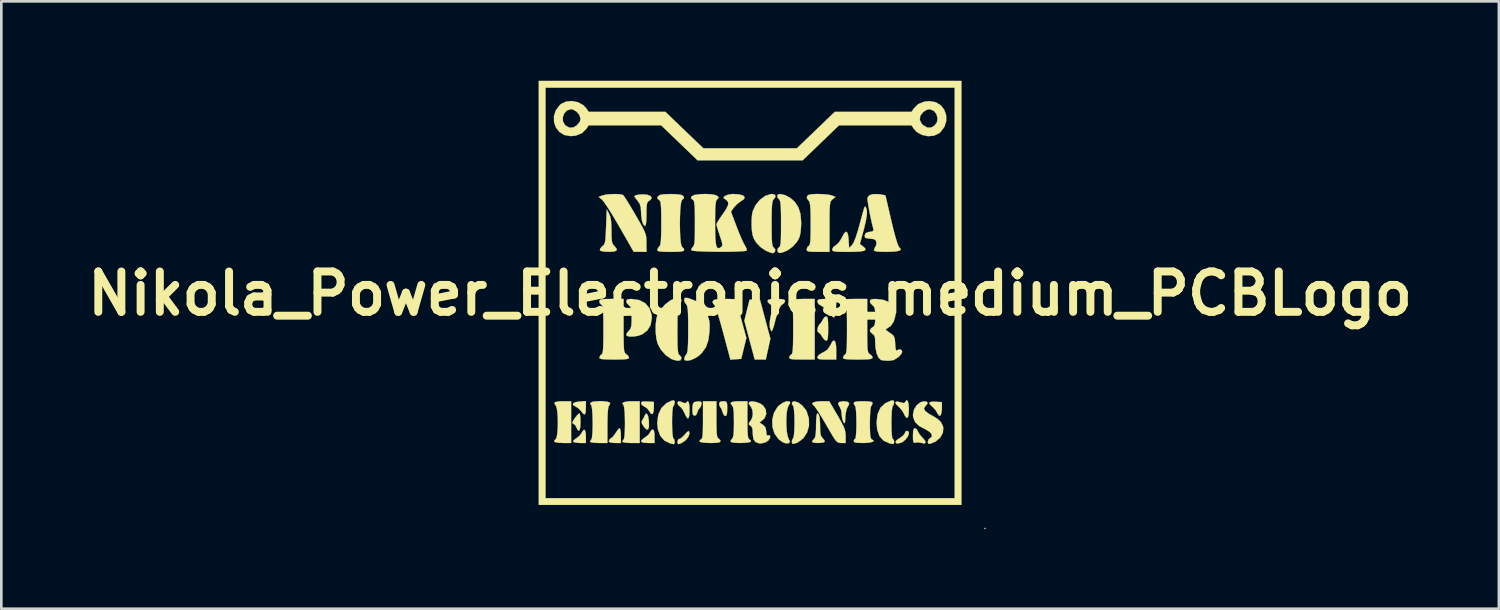
<source format=kicad_pcb>
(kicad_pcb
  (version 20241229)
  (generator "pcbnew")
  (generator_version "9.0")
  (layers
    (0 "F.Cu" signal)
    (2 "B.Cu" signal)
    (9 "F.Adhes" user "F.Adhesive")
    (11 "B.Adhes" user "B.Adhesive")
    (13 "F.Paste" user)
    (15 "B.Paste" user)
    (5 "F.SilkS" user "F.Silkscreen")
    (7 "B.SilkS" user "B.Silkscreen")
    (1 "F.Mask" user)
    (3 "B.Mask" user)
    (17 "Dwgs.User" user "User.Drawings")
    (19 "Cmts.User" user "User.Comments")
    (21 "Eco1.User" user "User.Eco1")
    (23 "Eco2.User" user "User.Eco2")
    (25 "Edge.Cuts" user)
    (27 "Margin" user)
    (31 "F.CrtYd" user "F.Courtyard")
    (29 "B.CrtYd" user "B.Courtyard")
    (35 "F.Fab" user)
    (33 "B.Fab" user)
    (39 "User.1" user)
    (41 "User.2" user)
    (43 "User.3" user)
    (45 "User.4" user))
  (footprint "Nikola_Power_Electronics_medium_PCBLogo"
    (layer "F.Cu")
    (at 25.262 8.031)
    (property "Reference" "Nikola_Power_Electronics_medium_PCBLogo" (at 0 0 0) (layer "F.SilkS") (effects (font (size 1.524 1.524) (thickness 0.3))))
    (attr through_hole)
    (fp_poly (pts (xy 8.89 8.865) (xy 8.865 8.89) (xy 8.839 8.865) (xy 8.865 8.839) (xy 8.89 8.865)) (stroke (width 0.01) (type solid)) (fill yes) (layer "F.SilkS"))
    (fp_poly (pts (xy 0.569 0.965) (xy 0.766 1.702) (xy 0.593 2.489) (xy 0.174 2.489) (xy -0.022 1.757) (xy -0.217 1.025) (xy -0.119 0.627) (xy -0.02 0.229) (xy 0.372 0.229) (xy 0.569 0.965)) (stroke (width 0.01) (type solid)) (fill yes) (layer "F.SilkS"))
    (fp_poly (pts (xy 7.976 7.976) (xy -7.976 7.976) (xy -7.976 -7.772) (xy -7.722 -7.772) (xy -7.722 7.722) (xy 7.722 7.722) (xy 7.722 -7.772) (xy -7.722 -7.772) (xy -7.976 -7.772) (xy -7.976 -8.026) (xy 7.976 -8.026) (xy 7.976 7.976)) (stroke (width 0.01) (type solid)) (fill yes) (layer "F.SilkS"))
    (fp_poly (pts (xy -6.198 4.315) (xy -6.208 4.486) (xy -6.24 4.56) (xy -6.298 4.539) (xy -6.372 4.443) (xy -6.478 4.33) (xy -6.585 4.265) (xy -6.681 4.206) (xy -6.684 4.149) (xy -6.601 4.101) (xy -6.44 4.074) (xy -6.435 4.074) (xy -6.198 4.058) (xy -6.198 4.315)) (stroke (width 0.01) (type solid)) (fill yes) (layer "F.SilkS"))
    (fp_poly (pts (xy -3.873 4.074) (xy -3.632 4.089) (xy -3.632 4.314) (xy -3.647 4.473) (xy -3.687 4.549) (xy -3.744 4.535) (xy -3.801 4.445) (xy -3.891 4.329) (xy -3.987 4.267) (xy -4.082 4.205) (xy -4.115 4.139) (xy -4.094 4.09) (xy -4.017 4.071) (xy -3.873 4.074)) (stroke (width 0.01) (type solid)) (fill yes) (layer "F.SilkS"))
    (fp_poly (pts (xy 7.239 4.097) (xy 7.239 4.343) (xy 7.224 4.507) (xy 7.185 4.599) (xy 7.132 4.609) (xy 7.075 4.529) (xy 7.065 4.507) (xy 6.991 4.385) (xy 6.887 4.279) (xy 6.781 4.178) (xy 6.768 4.114) (xy 6.85 4.083) (xy 6.998 4.083) (xy 7.239 4.097)) (stroke (width 0.01) (type solid)) (fill yes) (layer "F.SilkS"))
    (fp_poly (pts (xy -6.208 5.228) (xy -6.198 5.385) (xy -6.198 5.639) (xy -6.423 5.639) (xy -6.566 5.629) (xy -6.662 5.603) (xy -6.679 5.59) (xy -6.66 5.537) (xy -6.574 5.472) (xy -6.565 5.467) (xy -6.441 5.371) (xy -6.361 5.262) (xy -6.295 5.154) (xy -6.242 5.144) (xy -6.208 5.228)) (stroke (width 0.01) (type solid)) (fill yes) (layer "F.SilkS"))
    (fp_poly (pts (xy -3.887 4.547) (xy -3.847 4.639) (xy -3.822 4.797) (xy -3.82 4.825) (xy -3.819 5.023) (xy -3.848 5.124) (xy -3.906 5.131) (xy -3.995 5.043) (xy -4.011 5.022) (xy -4.085 4.904) (xy -4.094 4.825) (xy -4.07 4.78) (xy -4.002 4.662) (xy -3.98 4.608) (xy -3.935 4.533) (xy -3.887 4.547)) (stroke (width 0.01) (type solid)) (fill yes) (layer "F.SilkS"))
    (fp_poly (pts (xy -4.898 5.126) (xy -4.881 5.244) (xy -4.877 5.359) (xy -4.877 5.639) (xy -5.105 5.639) (xy -5.261 5.627) (xy -5.329 5.59) (xy -5.334 5.568) (xy -5.293 5.49) (xy -5.257 5.468) (xy -5.183 5.407) (xy -5.096 5.294) (xy -5.074 5.259) (xy -4.998 5.147) (xy -4.935 5.084) (xy -4.923 5.08) (xy -4.898 5.126)) (stroke (width 0.01) (type solid)) (fill yes) (layer "F.SilkS"))
    (fp_poly (pts (xy -3.632 5.165) (xy -3.61 5.278) (xy -3.607 5.385) (xy -3.607 5.639) (xy -3.861 5.639) (xy -4.035 5.627) (xy -4.111 5.59) (xy -4.114 5.575) (xy -4.074 5.51) (xy -3.975 5.433) (xy -3.957 5.422) (xy -3.843 5.334) (xy -3.776 5.24) (xy -3.774 5.232) (xy -3.723 5.15) (xy -3.677 5.131) (xy -3.632 5.165)) (stroke (width 0.01) (type solid)) (fill yes) (layer "F.SilkS"))
    (fp_poly (pts (xy -2.308 5.193) (xy -2.286 5.279) (xy -2.327 5.397) (xy -2.414 5.516) (xy -2.503 5.589) (xy -2.64 5.666) (xy -2.712 5.681) (xy -2.74 5.637) (xy -2.743 5.588) (xy -2.713 5.506) (xy -2.671 5.486) (xy -2.596 5.449) (xy -2.498 5.357) (xy -2.47 5.323) (xy -2.384 5.229) (xy -2.32 5.19) (xy -2.308 5.193)) (stroke (width 0.01) (type solid)) (fill yes) (layer "F.SilkS"))
    (fp_poly (pts (xy 5.986 5.213) (xy 5.992 5.294) (xy 5.949 5.399) (xy 5.868 5.508) (xy 5.761 5.597) (xy 5.691 5.631) (xy 5.579 5.658) (xy 5.516 5.652) (xy 5.489 5.594) (xy 5.535 5.529) (xy 5.664 5.442) (xy 5.777 5.358) (xy 5.838 5.278) (xy 5.842 5.26) (xy 5.882 5.191) (xy 5.918 5.182) (xy 5.986 5.213)) (stroke (width 0.01) (type solid)) (fill yes) (layer "F.SilkS"))
    (fp_poly (pts (xy -6.421 4.568) (xy -6.406 4.689) (xy -6.401 4.851) (xy -6.411 5.048) (xy -6.439 5.157) (xy -6.481 5.176) (xy -6.534 5.1) (xy -6.553 5.055) (xy -6.606 4.96) (xy -6.654 4.928) (xy -6.704 4.889) (xy -6.706 4.875) (xy -6.677 4.799) (xy -6.609 4.692) (xy -6.527 4.59) (xy -6.459 4.527) (xy -6.442 4.521) (xy -6.421 4.568)) (stroke (width 0.01) (type solid)) (fill yes) (layer "F.SilkS"))
    (fp_poly (pts (xy 3.214 1.818) (xy 3.244 1.96) (xy 3.251 2.134) (xy 3.251 2.489) (xy 2.896 2.489) (xy 2.707 2.486) (xy 2.599 2.472) (xy 2.55 2.443) (xy 2.541 2.4) (xy 2.589 2.318) (xy 2.721 2.236) (xy 2.745 2.226) (xy 2.916 2.122) (xy 3.019 1.971) (xy 3.025 1.959) (xy 3.101 1.814) (xy 3.165 1.768) (xy 3.214 1.818)) (stroke (width 0.01) (type solid)) (fill yes) (layer "F.SilkS"))
    (fp_poly (pts (xy 3.241 0.542) (xy 3.225 0.724) (xy 3.198 0.851) (xy 3.169 0.9) (xy 3.11 0.872) (xy 3.032 0.78) (xy 3.004 0.736) (xy 2.874 0.582) (xy 2.718 0.479) (xy 2.579 0.393) (xy 2.54 0.304) (xy 2.55 0.251) (xy 2.593 0.221) (xy 2.692 0.207) (xy 2.868 0.203) (xy 2.898 0.203) (xy 3.256 0.203) (xy 3.241 0.542)) (stroke (width 0.01) (type solid)) (fill yes) (layer "F.SilkS"))
    (fp_poly (pts (xy -1.878 4.073) (xy -1.833 4.114) (xy -1.829 4.156) (xy -1.864 4.27) (xy -1.902 4.315) (xy -1.97 4.415) (xy -1.991 4.483) (xy -2.032 4.579) (xy -2.097 4.613) (xy -2.156 4.57) (xy -2.162 4.556) (xy -2.177 4.458) (xy -2.177 4.314) (xy -2.175 4.285) (xy -2.156 4.157) (xy -2.11 4.097) (xy -2.008 4.075) (xy -1.994 4.073) (xy -1.878 4.073)) (stroke (width 0.01) (type solid)) (fill yes) (layer "F.SilkS"))
    (fp_poly (pts (xy -0.929 4.069) (xy -0.884 4.099) (xy -0.866 4.181) (xy -0.864 4.339) (xy -0.864 4.343) (xy -0.871 4.515) (xy -0.897 4.602) (xy -0.936 4.623) (xy -0.996 4.579) (xy -1.041 4.473) (xy -1.041 4.471) (xy -1.079 4.354) (xy -1.122 4.29) (xy -1.161 4.221) (xy -1.168 4.163) (xy -1.143 4.09) (xy -1.05 4.065) (xy -1.016 4.064) (xy -0.929 4.069)) (stroke (width 0.01) (type solid)) (fill yes) (layer "F.SilkS"))
    (fp_poly (pts (xy 6.29 5.123) (xy 6.328 5.193) (xy 6.388 5.301) (xy 6.491 5.424) (xy 6.517 5.45) (xy 6.607 5.559) (xy 6.622 5.634) (xy 6.564 5.66) (xy 6.477 5.638) (xy 6.344 5.616) (xy 6.261 5.624) (xy 6.196 5.631) (xy 6.162 5.601) (xy 6.149 5.512) (xy 6.147 5.365) (xy 6.154 5.192) (xy 6.179 5.103) (xy 6.22 5.08) (xy 6.29 5.123)) (stroke (width 0.01) (type solid)) (fill yes) (layer "F.SilkS"))
    (fp_poly (pts (xy -2.315 4.104) (xy -2.291 4.24) (xy -2.286 4.394) (xy -2.295 4.596) (xy -2.323 4.7) (xy -2.369 4.705) (xy -2.431 4.61) (xy -2.47 4.52) (xy -2.543 4.38) (xy -2.625 4.28) (xy -2.648 4.264) (xy -2.719 4.197) (xy -2.743 4.119) (xy -2.713 4.068) (xy -2.689 4.064) (xy -2.603 4.086) (xy -2.54 4.115) (xy -2.443 4.138) (xy -2.413 4.115) (xy -2.356 4.061) (xy -2.315 4.104)) (stroke (width 0.01) (type solid)) (fill yes) (layer "F.SilkS"))
    (fp_poly (pts (xy -6.756 5.639) (xy -7.058 5.639) (xy -7.225 5.631) (xy -7.347 5.61) (xy -7.392 5.588) (xy -7.381 5.53) (xy -7.344 5.506) (xy -7.307 5.443) (xy -7.28 5.304) (xy -7.263 5.112) (xy -7.257 4.892) (xy -7.261 4.669) (xy -7.275 4.466) (xy -7.3 4.309) (xy -7.336 4.221) (xy -7.34 4.217) (xy -7.394 4.145) (xy -7.354 4.096) (xy -7.216 4.069) (xy -7.058 4.064) (xy -6.756 4.064) (xy -6.756 5.639)) (stroke (width 0.01) (type solid)) (fill yes) (layer "F.SilkS"))
    (fp_poly (pts (xy 3.68 4.085) (xy 3.741 4.144) (xy 3.71 4.235) (xy 3.691 4.259) (xy 3.64 4.367) (xy 3.605 4.548) (xy 3.597 4.649) (xy 3.586 4.812) (xy 3.572 4.888) (xy 3.549 4.889) (xy 3.518 4.842) (xy 3.475 4.716) (xy 3.455 4.556) (xy 3.454 4.541) (xy 3.433 4.39) (xy 3.381 4.272) (xy 3.373 4.262) (xy 3.319 4.163) (xy 3.359 4.095) (xy 3.489 4.065) (xy 3.531 4.064) (xy 3.68 4.085)) (stroke (width 0.01) (type solid)) (fill yes) (layer "F.SilkS"))
    (fp_poly (pts (xy 5.946 4.048) (xy 5.977 4.149) (xy 5.993 4.312) (xy 5.994 4.369) (xy 5.983 4.567) (xy 5.952 4.676) (xy 5.904 4.693) (xy 5.843 4.612) (xy 5.817 4.555) (xy 5.731 4.405) (xy 5.622 4.283) (xy 5.615 4.277) (xy 5.504 4.168) (xy 5.484 4.096) (xy 5.551 4.073) (xy 5.698 4.108) (xy 5.707 4.112) (xy 5.809 4.134) (xy 5.859 4.092) (xy 5.863 4.083) (xy 5.906 4.022) (xy 5.946 4.048)) (stroke (width 0.01) (type solid)) (fill yes) (layer "F.SilkS"))
    (fp_poly (pts (xy -4.166 5.639) (xy -4.496 5.639) (xy -4.664 5.632) (xy -4.783 5.615) (xy -4.826 5.591) (xy -4.789 5.522) (xy -4.775 5.512) (xy -4.752 5.449) (xy -4.736 5.311) (xy -4.726 5.121) (xy -4.723 4.902) (xy -4.726 4.679) (xy -4.735 4.475) (xy -4.751 4.314) (xy -4.772 4.219) (xy -4.784 4.205) (xy -4.817 4.154) (xy -4.807 4.125) (xy -4.735 4.089) (xy -4.587 4.068) (xy -4.467 4.064) (xy -4.166 4.064) (xy -4.166 5.639)) (stroke (width 0.01) (type solid)) (fill yes) (layer "F.SilkS"))
    (fp_poly (pts (xy 2.907 0.881) (xy 2.93 0.943) (xy 2.942 1.069) (xy 2.946 1.276) (xy 2.946 1.321) (xy 2.943 1.545) (xy 2.932 1.684) (xy 2.91 1.756) (xy 2.875 1.778) (xy 2.872 1.778) (xy 2.799 1.737) (xy 2.724 1.636) (xy 2.718 1.626) (xy 2.651 1.522) (xy 2.594 1.474) (xy 2.589 1.473) (xy 2.547 1.433) (xy 2.543 1.341) (xy 2.571 1.236) (xy 2.621 1.164) (xy 2.705 1.062) (xy 2.747 0.98) (xy 2.809 0.89) (xy 2.869 0.864) (xy 2.907 0.881)) (stroke (width 0.01) (type solid)) (fill yes) (layer "F.SilkS"))
    (fp_poly (pts (xy 1.809 4.108) (xy 1.967 4.223) (xy 2.1 4.385) (xy 2.135 4.447) (xy 2.22 4.719) (xy 2.223 4.991) (xy 2.151 5.244) (xy 2.012 5.458) (xy 1.812 5.612) (xy 1.689 5.662) (xy 1.602 5.672) (xy 1.575 5.613) (xy 1.575 5.594) (xy 1.597 5.496) (xy 1.626 5.461) (xy 1.647 5.399) (xy 1.663 5.255) (xy 1.674 5.047) (xy 1.676 4.851) (xy 1.672 4.607) (xy 1.66 4.412) (xy 1.643 4.283) (xy 1.626 4.242) (xy 1.577 4.171) (xy 1.593 4.096) (xy 1.656 4.064) (xy 1.809 4.108)) (stroke (width 0.01) (type solid)) (fill yes) (layer "F.SilkS"))
    (fp_poly (pts (xy 2.588 4.557) (xy 2.622 4.669) (xy 2.639 4.868) (xy 2.642 5.025) (xy 2.648 5.225) (xy 2.67 5.352) (xy 2.716 5.434) (xy 2.742 5.46) (xy 2.807 5.541) (xy 2.815 5.595) (xy 2.754 5.622) (xy 2.638 5.636) (xy 2.505 5.637) (xy 2.392 5.624) (xy 2.338 5.599) (xy 2.337 5.594) (xy 2.372 5.528) (xy 2.413 5.486) (xy 2.453 5.424) (xy 2.477 5.305) (xy 2.488 5.113) (xy 2.489 4.972) (xy 2.494 4.772) (xy 2.507 4.618) (xy 2.525 4.532) (xy 2.535 4.521) (xy 2.588 4.557)) (stroke (width 0.01) (type solid)) (fill yes) (layer "F.SilkS"))
    (fp_poly (pts (xy 3.297 4.593) (xy 3.433 4.831) (xy 3.522 5.005) (xy 3.575 5.14) (xy 3.6 5.258) (xy 3.607 5.381) (xy 3.607 5.639) (xy 3.435 5.639) (xy 3.368 5.635) (xy 3.312 5.617) (xy 3.254 5.569) (xy 3.185 5.481) (xy 3.095 5.338) (xy 2.972 5.128) (xy 2.871 4.952) (xy 2.73 4.712) (xy 2.601 4.503) (xy 2.495 4.341) (xy 2.422 4.243) (xy 2.4 4.222) (xy 2.342 4.165) (xy 2.374 4.115) (xy 2.486 4.079) (xy 2.666 4.064) (xy 2.691 4.064) (xy 2.988 4.064) (xy 3.297 4.593)) (stroke (width 0.01) (type solid)) (fill yes) (layer "F.SilkS"))
    (fp_poly (pts (xy -5.321 -3.012) (xy -5.274 -2.893) (xy -5.246 -2.731) (xy -5.234 -2.502) (xy -5.232 -2.373) (xy -5.23 -2.142) (xy -5.219 -1.989) (xy -5.195 -1.892) (xy -5.155 -1.828) (xy -5.131 -1.803) (xy -5.039 -1.699) (xy -5.037 -1.629) (xy -5.126 -1.589) (xy -5.312 -1.575) (xy -5.331 -1.575) (xy -5.504 -1.584) (xy -5.627 -1.608) (xy -5.669 -1.633) (xy -5.658 -1.701) (xy -5.583 -1.782) (xy -5.532 -1.826) (xy -5.497 -1.881) (xy -5.473 -1.966) (xy -5.457 -2.1) (xy -5.445 -2.302) (xy -5.436 -2.524) (xy -5.41 -3.175) (xy -5.321 -3.012)) (stroke (width 0.01) (type solid)) (fill yes) (layer "F.SilkS"))
    (fp_poly (pts (xy -2.845 4.088) (xy -2.845 4.108) (xy -2.867 4.207) (xy -2.896 4.242) (xy -2.917 4.304) (xy -2.933 4.448) (xy -2.944 4.655) (xy -2.946 4.851) (xy -2.942 5.095) (xy -2.93 5.291) (xy -2.913 5.42) (xy -2.896 5.461) (xy -2.858 5.521) (xy -2.845 5.608) (xy -2.861 5.674) (xy -2.883 5.684) (xy -2.96 5.667) (xy -3.02 5.653) (xy -3.235 5.549) (xy -3.391 5.368) (xy -3.482 5.118) (xy -3.505 4.877) (xy -3.465 4.57) (xy -3.348 4.32) (xy -3.16 4.137) (xy -2.959 4.042) (xy -2.872 4.031) (xy -2.845 4.088)) (stroke (width 0.01) (type solid)) (fill yes) (layer "F.SilkS"))
    (fp_poly (pts (xy -1.27 4.751) (xy -1.268 5.037) (xy -1.261 5.236) (xy -1.248 5.364) (xy -1.227 5.436) (xy -1.196 5.467) (xy -1.194 5.468) (xy -1.126 5.532) (xy -1.118 5.568) (xy -1.143 5.606) (xy -1.229 5.628) (xy -1.393 5.638) (xy -1.496 5.639) (xy -1.682 5.632) (xy -1.827 5.615) (xy -1.902 5.591) (xy -1.905 5.588) (xy -1.894 5.53) (xy -1.857 5.506) (xy -1.825 5.479) (xy -1.803 5.417) (xy -1.789 5.305) (xy -1.781 5.126) (xy -1.778 4.866) (xy -1.778 4.77) (xy -1.778 4.064) (xy -1.27 4.064) (xy -1.27 4.751)) (stroke (width 0.01) (type solid)) (fill yes) (layer "F.SilkS"))
    (fp_poly (pts (xy 1.498 4.078) (xy 1.513 4.13) (xy 1.449 4.235) (xy 1.446 4.239) (xy 1.405 4.348) (xy 1.379 4.529) (xy 1.367 4.752) (xy 1.37 4.988) (xy 1.386 5.209) (xy 1.417 5.386) (xy 1.454 5.479) (xy 1.501 5.589) (xy 1.461 5.648) (xy 1.338 5.651) (xy 1.335 5.651) (xy 1.226 5.605) (xy 1.098 5.514) (xy 1.073 5.492) (xy 0.923 5.287) (xy 0.844 5.037) (xy 0.836 4.769) (xy 0.897 4.51) (xy 1.029 4.288) (xy 1.097 4.219) (xy 1.232 4.124) (xy 1.36 4.069) (xy 1.399 4.064) (xy 1.498 4.078)) (stroke (width 0.01) (type solid)) (fill yes) (layer "F.SilkS"))
    (fp_poly (pts (xy 5.435 4.089) (xy 5.436 4.108) (xy 5.413 4.207) (xy 5.385 4.242) (xy 5.364 4.304) (xy 5.347 4.449) (xy 5.337 4.66) (xy 5.334 4.88) (xy 5.338 5.146) (xy 5.35 5.344) (xy 5.368 5.46) (xy 5.385 5.486) (xy 5.426 5.529) (xy 5.436 5.588) (xy 5.428 5.659) (xy 5.387 5.678) (xy 5.282 5.658) (xy 5.26 5.653) (xy 5.038 5.553) (xy 4.885 5.382) (xy 4.798 5.137) (xy 4.775 4.867) (xy 4.811 4.554) (xy 4.92 4.312) (xy 5.102 4.138) (xy 5.321 4.04) (xy 5.408 4.031) (xy 5.435 4.089)) (stroke (width 0.01) (type solid)) (fill yes) (layer "F.SilkS"))
    (fp_poly (pts (xy -3.92 -3.736) (xy -3.89 -3.731) (xy -3.756 -3.683) (xy -3.712 -3.613) (xy -3.762 -3.536) (xy -3.81 -3.505) (xy -3.859 -3.468) (xy -3.889 -3.406) (xy -3.905 -3.298) (xy -3.911 -3.121) (xy -3.912 -2.995) (xy -3.917 -2.75) (xy -3.935 -2.602) (xy -3.966 -2.549) (xy -4.012 -2.587) (xy -4.056 -2.669) (xy -4.09 -2.795) (xy -4.111 -2.972) (xy -4.115 -3.072) (xy -4.127 -3.262) (xy -4.172 -3.397) (xy -4.242 -3.496) (xy -4.323 -3.599) (xy -4.367 -3.666) (xy -4.369 -3.674) (xy -4.324 -3.708) (xy -4.211 -3.733) (xy -4.065 -3.744) (xy -3.92 -3.736)) (stroke (width 0.01) (type solid)) (fill yes) (layer "F.SilkS"))
    (fp_poly (pts (xy 2.438 2.489) (xy 1.956 2.489) (xy 1.727 2.487) (xy 1.581 2.477) (xy 1.503 2.457) (xy 1.475 2.425) (xy 1.473 2.411) (xy 1.514 2.327) (xy 1.549 2.304) (xy 1.577 2.279) (xy 1.597 2.22) (xy 1.611 2.112) (xy 1.62 1.943) (xy 1.624 1.699) (xy 1.626 1.368) (xy 1.626 1.359) (xy 1.625 1.027) (xy 1.621 0.782) (xy 1.612 0.61) (xy 1.599 0.497) (xy 1.578 0.428) (xy 1.55 0.389) (xy 1.542 0.382) (xy 1.477 0.309) (xy 1.509 0.255) (xy 1.639 0.221) (xy 1.867 0.205) (xy 1.984 0.203) (xy 2.438 0.203) (xy 2.438 2.489)) (stroke (width 0.01) (type solid)) (fill yes) (layer "F.SilkS"))
    (fp_poly (pts (xy -4.909 -3.748) (xy -4.803 -3.725) (xy -4.795 -3.72) (xy -4.751 -3.665) (xy -4.667 -3.538) (xy -4.553 -3.354) (xy -4.418 -3.128) (xy -4.325 -2.968) (xy -4.171 -2.7) (xy -4.061 -2.502) (xy -3.987 -2.353) (xy -3.943 -2.236) (xy -3.921 -2.131) (xy -3.913 -2.021) (xy -3.912 -1.914) (xy -3.912 -1.575) (xy -4.153 -1.576) (xy -4.394 -1.578) (xy -4.924 -2.504) (xy -5.09 -2.788) (xy -5.247 -3.048) (xy -5.387 -3.268) (xy -5.499 -3.434) (xy -5.573 -3.529) (xy -5.584 -3.539) (xy -5.715 -3.649) (xy -5.572 -3.704) (xy -5.442 -3.735) (xy -5.264 -3.752) (xy -5.075 -3.757) (xy -4.909 -3.748)) (stroke (width 0.01) (type solid)) (fill yes) (layer "F.SilkS"))
    (fp_poly (pts (xy -4.185 0.245) (xy -3.959 0.364) (xy -3.8 0.549) (xy -3.718 0.791) (xy -3.709 0.914) (xy -3.752 1.178) (xy -3.877 1.391) (xy -4.075 1.539) (xy -4.078 1.541) (xy -4.231 1.594) (xy -4.396 1.621) (xy -4.543 1.623) (xy -4.645 1.598) (xy -4.674 1.557) (xy -4.639 1.474) (xy -4.572 1.397) (xy -4.519 1.333) (xy -4.488 1.241) (xy -4.474 1.097) (xy -4.47 0.907) (xy -4.474 0.7) (xy -4.488 0.571) (xy -4.517 0.495) (xy -4.568 0.448) (xy -4.572 0.445) (xy -4.652 0.36) (xy -4.674 0.293) (xy -4.652 0.234) (xy -4.57 0.207) (xy -4.465 0.203) (xy -4.185 0.245)) (stroke (width 0.01) (type solid)) (fill yes) (layer "F.SilkS"))
    (fp_poly (pts (xy 1.175 0.208) (xy 1.278 0.226) (xy 1.318 0.261) (xy 1.321 0.281) (xy 1.28 0.365) (xy 1.243 0.389) (xy 1.158 0.458) (xy 1.078 0.604) (xy 0.999 0.835) (xy 0.941 1.054) (xy 0.894 1.231) (xy 0.849 1.361) (xy 0.817 1.421) (xy 0.813 1.422) (xy 0.778 1.378) (xy 0.745 1.271) (xy 0.743 1.257) (xy 0.739 1.112) (xy 0.762 0.925) (xy 0.785 0.821) (xy 0.828 0.616) (xy 0.826 0.485) (xy 0.776 0.409) (xy 0.733 0.387) (xy 0.668 0.318) (xy 0.66 0.281) (xy 0.681 0.238) (xy 0.756 0.213) (xy 0.906 0.204) (xy 0.991 0.203) (xy 1.175 0.208)) (stroke (width 0.01) (type solid)) (fill yes) (layer "F.SilkS"))
    (fp_poly (pts (xy -5.501 4.067) (xy -5.366 4.088) (xy -5.29 4.121) (xy -5.283 4.137) (xy -5.314 4.224) (xy -5.334 4.242) (xy -5.354 4.304) (xy -5.37 4.451) (xy -5.381 4.67) (xy -5.385 4.943) (xy -5.385 4.956) (xy -5.385 5.639) (xy -5.715 5.639) (xy -5.883 5.632) (xy -6.002 5.615) (xy -6.045 5.591) (xy -6.008 5.522) (xy -5.994 5.512) (xy -5.971 5.449) (xy -5.955 5.311) (xy -5.945 5.121) (xy -5.942 4.902) (xy -5.945 4.679) (xy -5.955 4.475) (xy -5.97 4.314) (xy -5.992 4.219) (xy -6.003 4.205) (xy -6.036 4.154) (xy -6.026 4.125) (xy -5.957 4.088) (xy -5.827 4.067) (xy -5.665 4.06) (xy -5.501 4.067)) (stroke (width 0.01) (type solid)) (fill yes) (layer "F.SilkS"))
    (fp_poly (pts (xy -0.602 0.209) (xy -0.428 0.227) (xy -0.337 0.262) (xy -0.322 0.318) (xy -0.373 0.397) (xy -0.379 0.405) (xy -0.414 0.451) (xy -0.429 0.507) (xy -0.425 0.593) (xy -0.397 0.727) (xy -0.345 0.928) (xy -0.302 1.086) (xy -0.14 1.674) (xy -0.238 2.069) (xy -0.335 2.464) (xy -0.539 2.479) (xy -0.743 2.494) (xy -0.938 1.768) (xy -1.05 1.35) (xy -1.142 1.022) (xy -1.215 0.773) (xy -1.273 0.596) (xy -1.319 0.479) (xy -1.356 0.415) (xy -1.382 0.395) (xy -1.416 0.339) (xy -1.408 0.289) (xy -1.378 0.249) (xy -1.313 0.224) (xy -1.195 0.209) (xy -1.003 0.204) (xy -0.868 0.203) (xy -0.602 0.209)) (stroke (width 0.01) (type solid)) (fill yes) (layer "F.SilkS"))
    (fp_poly (pts (xy -0.102 4.77) (xy -0.1 5.057) (xy -0.094 5.259) (xy -0.082 5.389) (xy -0.062 5.465) (xy -0.033 5.501) (xy -0.022 5.506) (xy 0.03 5.556) (xy 0.026 5.588) (xy -0.038 5.614) (xy -0.171 5.63) (xy -0.338 5.638) (xy -0.509 5.635) (xy -0.65 5.622) (xy -0.728 5.599) (xy -0.733 5.594) (xy -0.723 5.529) (xy -0.685 5.486) (xy -0.65 5.433) (xy -0.627 5.333) (xy -0.615 5.168) (xy -0.61 4.922) (xy -0.61 4.851) (xy -0.613 4.584) (xy -0.624 4.402) (xy -0.644 4.288) (xy -0.676 4.226) (xy -0.685 4.217) (xy -0.74 4.145) (xy -0.699 4.096) (xy -0.561 4.069) (xy -0.403 4.064) (xy -0.102 4.064) (xy -0.102 4.77)) (stroke (width 0.01) (type solid)) (fill yes) (layer "F.SilkS"))
    (fp_poly (pts (xy 6.681 4.09) (xy 6.698 4.155) (xy 6.622 4.241) (xy 6.621 4.242) (xy 6.562 4.328) (xy 6.603 4.426) (xy 6.745 4.536) (xy 6.843 4.59) (xy 7.066 4.722) (xy 7.206 4.856) (xy 7.28 5.01) (xy 7.291 5.058) (xy 7.278 5.25) (xy 7.18 5.43) (xy 7.012 5.577) (xy 6.82 5.663) (xy 6.732 5.672) (xy 6.706 5.613) (xy 6.706 5.597) (xy 6.74 5.501) (xy 6.782 5.468) (xy 6.86 5.402) (xy 6.854 5.312) (xy 6.772 5.215) (xy 6.629 5.13) (xy 6.382 4.998) (xy 6.227 4.848) (xy 6.155 4.669) (xy 6.147 4.57) (xy 6.186 4.38) (xy 6.289 4.214) (xy 6.432 4.1) (xy 6.575 4.064) (xy 6.681 4.09)) (stroke (width 0.01) (type solid)) (fill yes) (layer "F.SilkS"))
    (fp_poly (pts (xy -2.613 0.189) (xy -2.591 0.274) (xy -2.634 0.373) (xy -2.667 0.406) (xy -2.695 0.446) (xy -2.716 0.522) (xy -2.73 0.646) (xy -2.738 0.834) (xy -2.742 1.098) (xy -2.743 1.379) (xy -2.742 1.712) (xy -2.738 1.956) (xy -2.729 2.126) (xy -2.715 2.233) (xy -2.695 2.293) (xy -2.667 2.318) (xy -2.603 2.388) (xy -2.591 2.444) (xy -2.631 2.519) (xy -2.741 2.536) (xy -2.907 2.494) (xy -2.972 2.468) (xy -3.185 2.325) (xy -3.372 2.11) (xy -3.484 1.905) (xy -3.536 1.713) (xy -3.563 1.466) (xy -3.565 1.205) (xy -3.541 0.97) (xy -3.507 0.838) (xy -3.383 0.612) (xy -3.209 0.412) (xy -3.007 0.257) (xy -2.802 0.167) (xy -2.694 0.152) (xy -2.613 0.189)) (stroke (width 0.01) (type solid)) (fill yes) (layer "F.SilkS"))
    (fp_poly (pts (xy -2.325 0.173) (xy -2.055 0.277) (xy -1.825 0.469) (xy -1.651 0.733) (xy -1.578 0.895) (xy -1.539 1.034) (xy -1.526 1.193) (xy -1.532 1.409) (xy -1.572 1.75) (xy -1.665 2.019) (xy -1.817 2.237) (xy -1.938 2.349) (xy -2.086 2.445) (xy -2.24 2.509) (xy -2.374 2.534) (xy -2.464 2.515) (xy -2.489 2.467) (xy -2.455 2.361) (xy -2.413 2.304) (xy -2.384 2.258) (xy -2.363 2.174) (xy -2.349 2.041) (xy -2.341 1.842) (xy -2.337 1.565) (xy -2.337 1.349) (xy -2.338 1.018) (xy -2.343 0.775) (xy -2.353 0.605) (xy -2.369 0.495) (xy -2.392 0.431) (xy -2.413 0.406) (xy -2.478 0.305) (xy -2.489 0.241) (xy -2.475 0.174) (xy -2.413 0.159) (xy -2.325 0.173)) (stroke (width 0.01) (type solid)) (fill yes) (layer "F.SilkS"))
    (fp_poly (pts (xy 1.316 -3.718) (xy 1.52 -3.61) (xy 1.69 -3.459) (xy 1.825 -3.25) (xy 1.902 -3.003) (xy 1.927 -2.694) (xy 1.923 -2.529) (xy 1.905 -2.309) (xy 1.872 -2.153) (xy 1.812 -2.022) (xy 1.759 -1.94) (xy 1.614 -1.778) (xy 1.438 -1.647) (xy 1.401 -1.627) (xy 1.227 -1.552) (xy 1.12 -1.53) (xy 1.057 -1.56) (xy 1.032 -1.606) (xy 1.043 -1.699) (xy 1.084 -1.736) (xy 1.116 -1.765) (xy 1.138 -1.821) (xy 1.153 -1.919) (xy 1.163 -2.074) (xy 1.167 -2.3) (xy 1.168 -2.612) (xy 1.168 -2.638) (xy 1.167 -2.964) (xy 1.161 -3.202) (xy 1.151 -3.368) (xy 1.134 -3.474) (xy 1.11 -3.535) (xy 1.092 -3.556) (xy 1.024 -3.648) (xy 1.033 -3.726) (xy 1.116 -3.759) (xy 1.119 -3.759) (xy 1.316 -3.718)) (stroke (width 0.01) (type solid)) (fill yes) (layer "F.SilkS"))
    (fp_poly (pts (xy 0.939 -3.729) (xy 0.961 -3.655) (xy 0.894 -3.561) (xy 0.889 -3.556) (xy 0.86 -3.515) (xy 0.839 -3.437) (xy 0.825 -3.308) (xy 0.817 -3.115) (xy 0.813 -2.842) (xy 0.813 -2.638) (xy 0.814 -2.319) (xy 0.818 -2.088) (xy 0.827 -1.928) (xy 0.842 -1.827) (xy 0.864 -1.768) (xy 0.894 -1.737) (xy 0.897 -1.736) (xy 0.949 -1.664) (xy 0.938 -1.578) (xy 0.872 -1.526) (xy 0.852 -1.524) (xy 0.77 -1.545) (xy 0.638 -1.599) (xy 0.576 -1.629) (xy 0.414 -1.738) (xy 0.262 -1.888) (xy 0.221 -1.941) (xy 0.141 -2.074) (xy 0.093 -2.211) (xy 0.067 -2.389) (xy 0.058 -2.529) (xy 0.056 -2.747) (xy 0.07 -2.954) (xy 0.097 -3.103) (xy 0.097 -3.104) (xy 0.207 -3.341) (xy 0.373 -3.543) (xy 0.573 -3.687) (xy 0.784 -3.756) (xy 0.836 -3.759) (xy 0.939 -3.729)) (stroke (width 0.01) (type solid)) (fill yes) (layer "F.SilkS"))
    (fp_poly (pts (xy 2.726 -3.754) (xy 2.921 -3.738) (xy 3.065 -3.711) (xy 3.083 -3.704) (xy 3.226 -3.65) (xy 3.111 -3.557) (xy 3.071 -3.52) (xy 3.042 -3.476) (xy 3.022 -3.408) (xy 3.009 -3.303) (xy 3.001 -3.145) (xy 2.998 -2.918) (xy 2.997 -2.609) (xy 2.997 -2.519) (xy 2.997 -1.575) (xy 2.565 -1.575) (xy 2.355 -1.577) (xy 2.226 -1.586) (xy 2.16 -1.607) (xy 2.136 -1.643) (xy 2.134 -1.671) (xy 2.169 -1.766) (xy 2.21 -1.796) (xy 2.239 -1.823) (xy 2.26 -1.886) (xy 2.274 -2) (xy 2.282 -2.179) (xy 2.286 -2.437) (xy 2.286 -2.634) (xy 2.284 -2.95) (xy 2.278 -3.18) (xy 2.267 -3.337) (xy 2.249 -3.436) (xy 2.223 -3.492) (xy 2.21 -3.505) (xy 2.141 -3.603) (xy 2.158 -3.69) (xy 2.214 -3.728) (xy 2.335 -3.75) (xy 2.518 -3.759) (xy 2.726 -3.754)) (stroke (width 0.01) (type solid)) (fill yes) (layer "F.SilkS"))
    (fp_poly (pts (xy 4.462 4.069) (xy 4.574 4.086) (xy 4.619 4.119) (xy 4.623 4.137) (xy 4.592 4.224) (xy 4.572 4.242) (xy 4.551 4.304) (xy 4.535 4.449) (xy 4.524 4.659) (xy 4.521 4.874) (xy 4.523 5.138) (xy 4.531 5.316) (xy 4.547 5.426) (xy 4.572 5.485) (xy 4.601 5.506) (xy 4.666 5.549) (xy 4.641 5.588) (xy 4.538 5.619) (xy 4.368 5.636) (xy 4.264 5.639) (xy 4.072 5.634) (xy 3.962 5.618) (xy 3.916 5.586) (xy 3.912 5.563) (xy 3.939 5.495) (xy 3.962 5.486) (xy 3.985 5.438) (xy 4.001 5.299) (xy 4.011 5.082) (xy 4.013 4.88) (xy 4.009 4.627) (xy 3.998 4.424) (xy 3.981 4.29) (xy 3.962 4.242) (xy 3.916 4.168) (xy 3.912 4.137) (xy 3.935 4.097) (xy 4.018 4.074) (xy 4.177 4.065) (xy 4.267 4.064) (xy 4.462 4.069)) (stroke (width 0.01) (type solid)) (fill yes) (layer "F.SilkS"))
    (fp_poly (pts (xy 4.35 -3.285) (xy 4.366 -3.257) (xy 4.38 -3.23) (xy 4.409 -3.129) (xy 4.407 -2.976) (xy 4.372 -2.758) (xy 4.303 -2.463) (xy 4.265 -2.32) (xy 4.143 -1.872) (xy 4.263 -1.781) (xy 4.344 -1.705) (xy 4.354 -1.649) (xy 4.287 -1.611) (xy 4.135 -1.587) (xy 3.892 -1.576) (xy 3.705 -1.575) (xy 3.448 -1.576) (xy 3.276 -1.581) (xy 3.171 -1.594) (xy 3.118 -1.615) (xy 3.1 -1.648) (xy 3.099 -1.668) (xy 3.141 -1.756) (xy 3.229 -1.821) (xy 3.338 -1.912) (xy 3.44 -2.068) (xy 3.46 -2.108) (xy 3.547 -2.272) (xy 3.618 -2.335) (xy 3.672 -2.299) (xy 3.707 -2.163) (xy 3.719 -2.029) (xy 3.734 -1.721) (xy 3.84 -1.82) (xy 3.909 -1.928) (xy 3.99 -2.128) (xy 4.08 -2.415) (xy 4.11 -2.522) (xy 4.191 -2.822) (xy 4.249 -3.036) (xy 4.29 -3.177) (xy 4.317 -3.257) (xy 4.336 -3.289) (xy 4.35 -3.285)) (stroke (width 0.01) (type solid)) (fill yes) (layer "F.SilkS"))
    (fp_poly (pts (xy 0.23 4.093) (xy 0.37 4.144) (xy 0.485 4.219) (xy 0.488 4.221) (xy 0.59 4.375) (xy 0.609 4.546) (xy 0.545 4.703) (xy 0.483 4.766) (xy 0.356 4.866) (xy 0.483 4.949) (xy 0.58 5.048) (xy 0.609 5.194) (xy 0.61 5.207) (xy 0.619 5.323) (xy 0.655 5.358) (xy 0.69 5.351) (xy 0.749 5.349) (xy 0.756 5.424) (xy 0.754 5.438) (xy 0.693 5.541) (xy 0.568 5.621) (xy 0.416 5.656) (xy 0.33 5.65) (xy 0.2 5.599) (xy 0.129 5.502) (xy 0.103 5.336) (xy 0.102 5.275) (xy 0.089 5.1) (xy 0.048 5.011) (xy 0.025 4.997) (xy -0.042 4.945) (xy -0.051 4.919) (xy -0.018 4.846) (xy 0.025 4.793) (xy 0.076 4.694) (xy 0.101 4.549) (xy 0.102 4.524) (xy 0.082 4.375) (xy 0.032 4.274) (xy 0.025 4.267) (xy -0.039 4.177) (xy -0.051 4.127) (xy -0.01 4.079) (xy 0.094 4.069) (xy 0.23 4.093)) (stroke (width 0.01) (type solid)) (fill yes) (layer "F.SilkS"))
    (fp_poly (pts (xy 4.951 -3.738) (xy 5.108 -3.708) (xy 5.329 -2.757) (xy 5.413 -2.408) (xy 5.489 -2.122) (xy 5.554 -1.91) (xy 5.604 -1.782) (xy 5.627 -1.749) (xy 5.689 -1.679) (xy 5.654 -1.627) (xy 5.522 -1.593) (xy 5.292 -1.577) (xy 5.153 -1.575) (xy 4.915 -1.579) (xy 4.765 -1.591) (xy 4.69 -1.615) (xy 4.674 -1.641) (xy 4.707 -1.734) (xy 4.729 -1.762) (xy 4.766 -1.852) (xy 4.767 -1.937) (xy 4.74 -2.015) (xy 4.67 -2.055) (xy 4.531 -2.073) (xy 4.394 -2.089) (xy 4.334 -2.122) (xy 4.326 -2.187) (xy 4.328 -2.2) (xy 4.367 -2.284) (xy 4.472 -2.323) (xy 4.511 -2.327) (xy 4.626 -2.351) (xy 4.659 -2.401) (xy 4.654 -2.429) (xy 4.605 -2.623) (xy 4.554 -2.85) (xy 4.506 -3.087) (xy 4.466 -3.307) (xy 4.438 -3.486) (xy 4.428 -3.599) (xy 4.429 -3.615) (xy 4.489 -3.703) (xy 4.627 -3.751) (xy 4.825 -3.755) (xy 4.951 -3.738)) (stroke (width 0.01) (type solid)) (fill yes) (layer "F.SilkS"))
    (fp_poly (pts (xy -4.775 1.217) (xy -4.775 1.563) (xy -4.772 1.821) (xy -4.767 2.005) (xy -4.757 2.129) (xy -4.741 2.207) (xy -4.717 2.252) (xy -4.686 2.279) (xy -4.674 2.286) (xy -4.593 2.359) (xy -4.572 2.415) (xy -4.589 2.448) (xy -4.651 2.47) (xy -4.774 2.483) (xy -4.974 2.488) (xy -5.131 2.489) (xy -5.38 2.487) (xy -5.544 2.479) (xy -5.64 2.464) (xy -5.682 2.438) (xy -5.69 2.411) (xy -5.649 2.327) (xy -5.613 2.304) (xy -5.586 2.279) (xy -5.565 2.219) (xy -5.551 2.111) (xy -5.543 1.942) (xy -5.538 1.698) (xy -5.537 1.365) (xy -5.537 1.365) (xy -5.538 1.032) (xy -5.543 0.788) (xy -5.551 0.618) (xy -5.565 0.51) (xy -5.586 0.45) (xy -5.613 0.425) (xy -5.613 0.425) (xy -5.678 0.355) (xy -5.69 0.299) (xy -5.681 0.254) (xy -5.641 0.225) (xy -5.551 0.21) (xy -5.392 0.204) (xy -5.232 0.203) (xy -4.775 0.203) (xy -4.775 1.217)) (stroke (width 0.01) (type solid)) (fill yes) (layer "F.SilkS"))
    (fp_poly (pts (xy 4.42 1.217) (xy 4.42 1.563) (xy 4.423 1.821) (xy 4.428 2.005) (xy 4.438 2.129) (xy 4.454 2.207) (xy 4.477 2.252) (xy 4.509 2.279) (xy 4.521 2.286) (xy 4.602 2.359) (xy 4.623 2.415) (xy 4.606 2.448) (xy 4.543 2.47) (xy 4.421 2.483) (xy 4.221 2.488) (xy 4.064 2.489) (xy 3.815 2.487) (xy 3.651 2.479) (xy 3.555 2.464) (xy 3.513 2.438) (xy 3.505 2.411) (xy 3.546 2.327) (xy 3.581 2.304) (xy 3.609 2.28) (xy 3.629 2.22) (xy 3.643 2.114) (xy 3.652 1.946) (xy 3.656 1.704) (xy 3.658 1.376) (xy 3.658 1.341) (xy 3.657 1.006) (xy 3.653 0.761) (xy 3.645 0.591) (xy 3.633 0.484) (xy 3.614 0.427) (xy 3.589 0.407) (xy 3.581 0.406) (xy 3.519 0.364) (xy 3.505 0.305) (xy 3.513 0.257) (xy 3.549 0.227) (xy 3.632 0.211) (xy 3.782 0.204) (xy 3.962 0.203) (xy 4.42 0.203) (xy 4.42 1.217)) (stroke (width 0.01) (type solid)) (fill yes) (layer "F.SilkS"))
    (fp_poly (pts (xy -2.844 -3.754) (xy -2.668 -3.739) (xy -2.603 -3.727) (xy -2.51 -3.672) (xy -2.496 -3.598) (xy -2.565 -3.538) (xy -2.596 -3.477) (xy -2.62 -3.336) (xy -2.637 -3.134) (xy -2.647 -2.893) (xy -2.651 -2.632) (xy -2.647 -2.373) (xy -2.636 -2.135) (xy -2.618 -1.94) (xy -2.593 -1.808) (xy -2.565 -1.76) (xy -2.498 -1.692) (xy -2.489 -1.653) (xy -2.505 -1.616) (xy -2.564 -1.593) (xy -2.682 -1.58) (xy -2.877 -1.575) (xy -2.997 -1.575) (xy -3.238 -1.578) (xy -3.393 -1.588) (xy -3.477 -1.608) (xy -3.505 -1.64) (xy -3.505 -1.645) (xy -3.469 -1.734) (xy -3.429 -1.778) (xy -3.4 -1.82) (xy -3.379 -1.899) (xy -3.365 -2.03) (xy -3.357 -2.227) (xy -3.353 -2.504) (xy -3.353 -2.668) (xy -3.354 -2.983) (xy -3.359 -3.211) (xy -3.369 -3.365) (xy -3.385 -3.46) (xy -3.409 -3.509) (xy -3.429 -3.524) (xy -3.498 -3.586) (xy -3.486 -3.665) (xy -3.4 -3.725) (xy -3.391 -3.727) (xy -3.25 -3.748) (xy -3.053 -3.756) (xy -2.844 -3.754)) (stroke (width 0.01) (type solid)) (fill yes) (layer "F.SilkS"))
    (fp_poly (pts (xy 5.017 0.235) (xy 5.241 0.322) (xy 5.397 0.454) (xy 5.404 0.463) (xy 5.477 0.644) (xy 5.48 0.851) (xy 5.423 1.052) (xy 5.314 1.219) (xy 5.172 1.315) (xy 5.122 1.343) (xy 5.137 1.382) (xy 5.227 1.449) (xy 5.267 1.476) (xy 5.377 1.554) (xy 5.437 1.629) (xy 5.465 1.738) (xy 5.476 1.897) (xy 5.489 2.06) (xy 5.508 2.139) (xy 5.54 2.149) (xy 5.563 2.133) (xy 5.657 2.101) (xy 5.727 2.148) (xy 5.74 2.208) (xy 5.704 2.282) (xy 5.615 2.382) (xy 5.584 2.408) (xy 5.422 2.508) (xy 5.233 2.536) (xy 5.216 2.536) (xy 5.067 2.528) (xy 4.957 2.511) (xy 4.939 2.506) (xy 4.846 2.418) (xy 4.774 2.253) (xy 4.732 2.033) (xy 4.724 1.884) (xy 4.719 1.705) (xy 4.696 1.599) (xy 4.649 1.54) (xy 4.623 1.524) (xy 4.542 1.452) (xy 4.521 1.397) (xy 4.561 1.318) (xy 4.623 1.27) (xy 4.678 1.226) (xy 4.709 1.151) (xy 4.722 1.02) (xy 4.724 0.862) (xy 4.72 0.668) (xy 4.702 0.549) (xy 4.665 0.479) (xy 4.623 0.445) (xy 4.542 0.36) (xy 4.521 0.293) (xy 4.541 0.236) (xy 4.616 0.209) (xy 4.751 0.203) (xy 5.017 0.235)) (stroke (width 0.01) (type solid)) (fill yes) (layer "F.SilkS"))
    (fp_poly (pts (xy -6.49 -7.219) (xy -6.292 -7.11) (xy -6.179 -6.988) (xy -6.094 -6.858) (xy -3.196 -6.858) (xy -2.482 -6.172) (xy -1.768 -5.486) (xy 1.768 -5.486) (xy 2.482 -6.172) (xy 2.881 -6.556) (xy 6.404 -6.556) (xy 6.479 -6.406) (xy 6.535 -6.354) (xy 6.693 -6.264) (xy 6.836 -6.267) (xy 6.962 -6.342) (xy 7.055 -6.472) (xy 7.074 -6.627) (xy 7.03 -6.78) (xy 6.932 -6.899) (xy 6.789 -6.958) (xy 6.758 -6.96) (xy 6.657 -6.93) (xy 6.538 -6.857) (xy 6.535 -6.854) (xy 6.423 -6.713) (xy 6.404 -6.556) (xy 2.881 -6.556) (xy 3.196 -6.858) (xy 4.645 -6.858) (xy 6.094 -6.858) (xy 6.179 -6.988) (xy 6.345 -7.152) (xy 6.577 -7.245) (xy 6.772 -7.264) (xy 7.01 -7.222) (xy 7.197 -7.107) (xy 7.329 -6.938) (xy 7.4 -6.734) (xy 7.404 -6.514) (xy 7.336 -6.297) (xy 7.19 -6.101) (xy 7.132 -6.05) (xy 6.941 -5.96) (xy 6.717 -5.941) (xy 6.49 -5.989) (xy 6.292 -6.098) (xy 6.179 -6.22) (xy 6.094 -6.35) (xy 3.355 -6.35) (xy 1.983 -5.029) (xy 0 -5.029) (xy -1.983 -5.029) (xy -3.355 -6.35) (xy -6.094 -6.35) (xy -6.179 -6.22) (xy -6.345 -6.056) (xy -6.577 -5.963) (xy -6.772 -5.944) (xy -7.01 -5.986) (xy -7.197 -6.101) (xy -7.329 -6.27) (xy -7.4 -6.474) (xy -7.403 -6.658) (xy -7.07 -6.658) (xy -7.064 -6.501) (xy -6.986 -6.364) (xy -6.962 -6.342) (xy -6.814 -6.26) (xy -6.671 -6.271) (xy -6.535 -6.354) (xy -6.422 -6.495) (xy -6.401 -6.604) (xy -6.445 -6.745) (xy -6.554 -6.872) (xy -6.693 -6.95) (xy -6.758 -6.96) (xy -6.907 -6.916) (xy -7.015 -6.806) (xy -7.07 -6.658) (xy -7.403 -6.658) (xy -7.404 -6.694) (xy -7.336 -6.911) (xy -7.19 -7.107) (xy -7.132 -7.158) (xy -6.941 -7.248) (xy -6.717 -7.267) (xy -6.49 -7.219)) (stroke (width 0.01) (type solid)) (fill yes) (layer "F.SilkS"))
    (fp_poly (pts (xy -0.412 -3.743) (xy -0.266 -3.702) (xy -0.204 -3.64) (xy -0.233 -3.564) (xy -0.352 -3.482) (xy -0.485 -3.385) (xy -0.606 -3.256) (xy -0.611 -3.249) (xy -0.723 -3.092) (xy -0.508 -2.524) (xy -0.415 -2.286) (xy -0.323 -2.071) (xy -0.245 -1.903) (xy -0.195 -1.815) (xy -0.137 -1.707) (xy -0.124 -1.631) (xy -0.127 -1.626) (xy -0.186 -1.608) (xy -0.329 -1.595) (xy -0.535 -1.585) (xy -0.786 -1.579) (xy -1.064 -1.577) (xy -1.348 -1.579) (xy -1.62 -1.584) (xy -1.862 -1.593) (xy -2.055 -1.605) (xy -2.179 -1.621) (xy -2.216 -1.635) (xy -2.209 -1.706) (xy -2.167 -1.753) (xy -2.135 -1.788) (xy -2.113 -1.851) (xy -2.097 -1.956) (xy -2.088 -2.118) (xy -2.084 -2.353) (xy -2.083 -2.661) (xy -2.084 -2.981) (xy -2.089 -3.213) (xy -2.099 -3.371) (xy -2.114 -3.469) (xy -2.137 -3.521) (xy -2.159 -3.538) (xy -2.23 -3.595) (xy -2.214 -3.662) (xy -2.12 -3.716) (xy -2.076 -3.727) (xy -1.882 -3.752) (xy -1.668 -3.759) (xy -1.467 -3.747) (xy -1.312 -3.72) (xy -1.25 -3.693) (xy -1.188 -3.635) (xy -1.211 -3.585) (xy -1.24 -3.56) (xy -1.271 -3.52) (xy -1.293 -3.449) (xy -1.307 -3.332) (xy -1.316 -3.155) (xy -1.32 -2.901) (xy -1.321 -2.657) (xy -1.318 -2.303) (xy -1.308 -2.041) (xy -1.288 -1.861) (xy -1.257 -1.754) (xy -1.212 -1.711) (xy -1.15 -1.722) (xy -1.103 -1.751) (xy -1.062 -1.79) (xy -1.048 -1.845) (xy -1.064 -1.937) (xy -1.112 -2.092) (xy -1.143 -2.186) (xy -1.204 -2.371) (xy -1.249 -2.521) (xy -1.269 -2.608) (xy -1.27 -2.615) (xy -1.242 -2.681) (xy -1.167 -2.804) (xy -1.062 -2.958) (xy -1.041 -2.986) (xy -0.903 -3.19) (xy -0.833 -3.336) (xy -0.826 -3.44) (xy -0.881 -3.519) (xy -0.924 -3.55) (xy -1 -3.605) (xy -0.993 -3.647) (xy -0.94 -3.689) (xy -0.828 -3.735) (xy -0.672 -3.758) (xy -0.638 -3.759) (xy -0.412 -3.743)) (stroke (width 0.01) (type solid)) (fill yes) (layer "F.SilkS")))
  (gr_rect
    (start -3 -3)
    (end 53.524 19.926)
    (stroke (width 0.1) (type default))
    (fill no)
    (layer "Edge.Cuts")))
</source>
